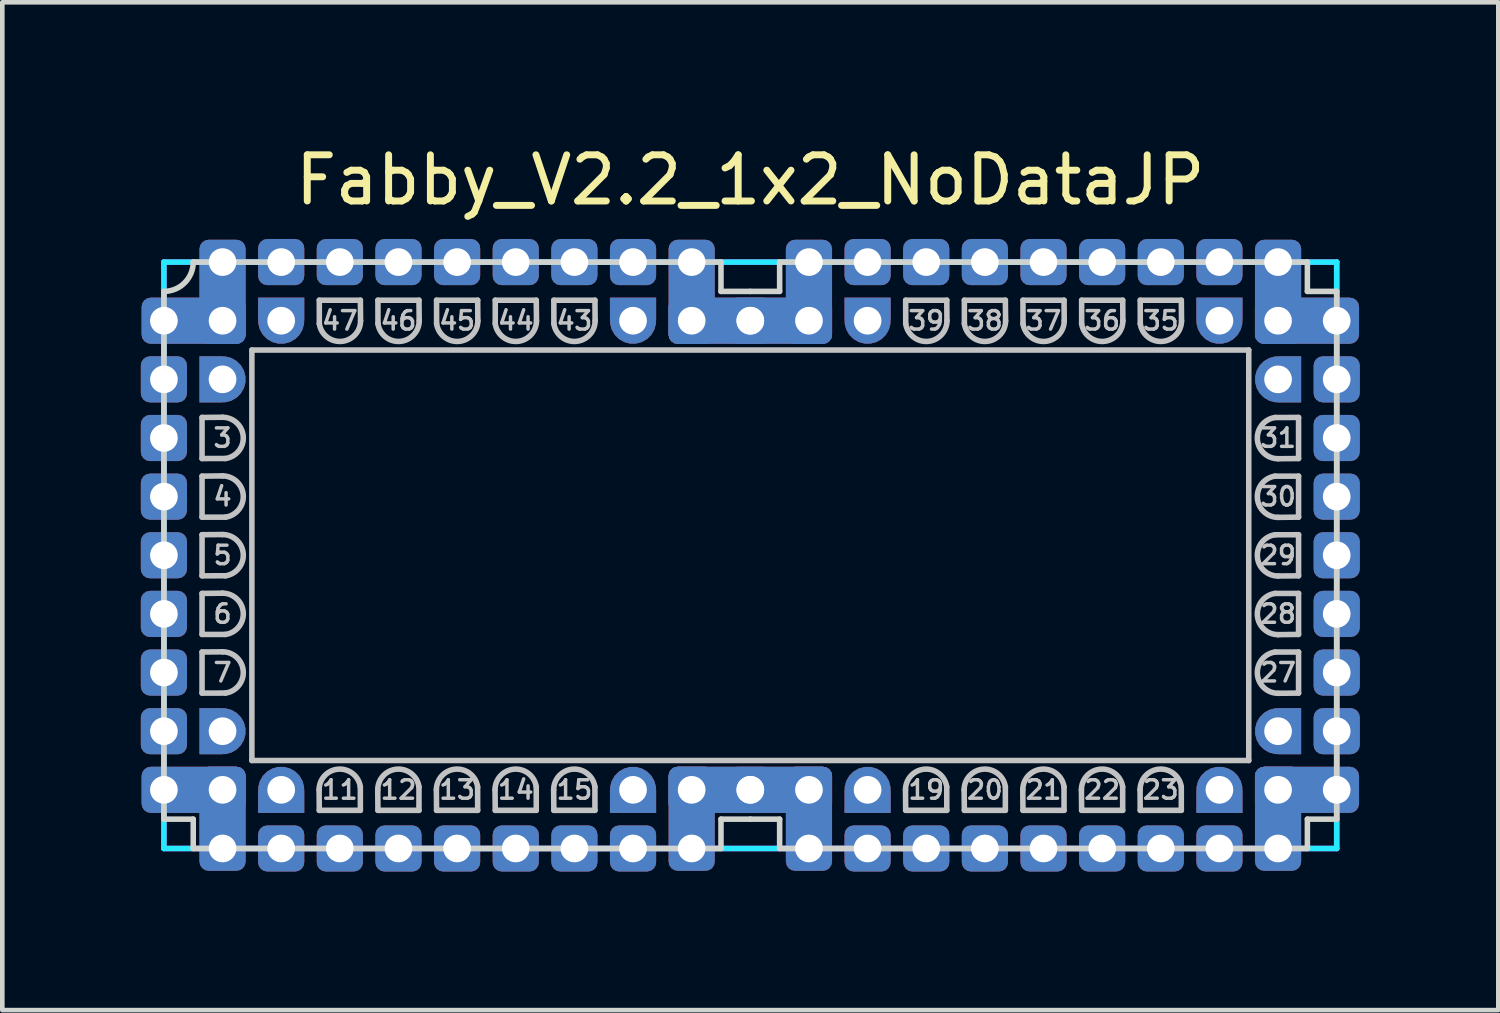
<source format=kicad_pcb>
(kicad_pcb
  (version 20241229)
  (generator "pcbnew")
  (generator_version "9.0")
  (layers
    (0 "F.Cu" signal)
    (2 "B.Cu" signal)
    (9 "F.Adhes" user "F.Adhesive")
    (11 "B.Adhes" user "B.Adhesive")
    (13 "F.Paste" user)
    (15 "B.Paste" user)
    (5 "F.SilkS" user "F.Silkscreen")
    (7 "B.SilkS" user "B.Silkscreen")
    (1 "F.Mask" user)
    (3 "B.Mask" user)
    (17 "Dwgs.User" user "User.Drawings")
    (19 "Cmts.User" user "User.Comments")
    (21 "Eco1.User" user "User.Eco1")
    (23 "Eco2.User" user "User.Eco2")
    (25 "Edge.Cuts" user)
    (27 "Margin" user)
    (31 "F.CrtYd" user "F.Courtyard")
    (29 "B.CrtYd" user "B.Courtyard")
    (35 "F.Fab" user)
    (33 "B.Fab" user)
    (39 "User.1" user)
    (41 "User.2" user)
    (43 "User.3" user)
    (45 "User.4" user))
  (footprint "Fabby_V2.2_1x2_NoDataJP"
    (layer "F.Cu")
    (at 13.2 8.976)
    (property "Reference" "Fabby_V2.2_1x2_NoDataJP" (at 0 -8.128 0) (layer "F.SilkS") (effects (font (size 1 1) (thickness 0.15))))
    (attr through_hole)
    (fp_line (start -11.874 -2.985) (end -11.874 -2.095) (stroke (width 0.12) (type solid)) (layer "Dwgs.User"))
    (fp_line (start -11.874 -2.095) (end -11.367 -2.096) (stroke (width 0.12) (type solid)) (layer "Dwgs.User"))
    (fp_line (start -11.874 -1.714) (end -11.874 -0.826) (stroke (width 0.12) (type solid)) (layer "Dwgs.User"))
    (fp_line (start -11.874 -0.826) (end -11.367 -0.826) (stroke (width 0.12) (type solid)) (layer "Dwgs.User"))
    (fp_line (start -11.874 -0.445) (end -11.874 0.445) (stroke (width 0.12) (type solid)) (layer "Dwgs.User"))
    (fp_line (start -11.874 0.445) (end -11.367 0.444) (stroke (width 0.12) (type solid)) (layer "Dwgs.User"))
    (fp_line (start -11.874 0.826) (end -11.874 1.714) (stroke (width 0.12) (type solid)) (layer "Dwgs.User"))
    (fp_line (start -11.874 1.714) (end -11.367 1.714) (stroke (width 0.12) (type solid)) (layer "Dwgs.User"))
    (fp_line (start -11.874 2.095) (end -11.874 2.985) (stroke (width 0.12) (type solid)) (layer "Dwgs.User"))
    (fp_line (start -11.874 2.985) (end -11.367 2.984) (stroke (width 0.12) (type solid)) (layer "Dwgs.User"))
    (fp_line (start -11.43 -2.989) (end -11.874 -2.985) (stroke (width 0.12) (type solid)) (layer "Dwgs.User"))
    (fp_line (start -11.43 -1.719) (end -11.874 -1.714) (stroke (width 0.12) (type solid)) (layer "Dwgs.User"))
    (fp_line (start -11.43 -0.449) (end -11.874 -0.445) (stroke (width 0.12) (type solid)) (layer "Dwgs.User"))
    (fp_line (start -11.43 0.821) (end -11.874 0.826) (stroke (width 0.12) (type solid)) (layer "Dwgs.User"))
    (fp_line (start -11.43 2.091) (end -11.874 2.095) (stroke (width 0.12) (type solid)) (layer "Dwgs.User"))
    (fp_line (start -10.795 -4.445) (end 10.795 -4.445) (stroke (width 0.12) (type solid)) (layer "Dwgs.User"))
    (fp_line (start -10.795 4.445) (end -10.795 -4.445) (stroke (width 0.12) (type solid)) (layer "Dwgs.User"))
    (fp_line (start -9.339 5.08) (end -9.335 5.524) (stroke (width 0.12) (type solid)) (layer "Dwgs.User"))
    (fp_line (start -9.335 -5.524) (end -9.334 -5.017) (stroke (width 0.12) (type solid)) (layer "Dwgs.User"))
    (fp_line (start -9.335 5.524) (end -8.445 5.524) (stroke (width 0.12) (type solid)) (layer "Dwgs.User"))
    (fp_line (start -8.445 -5.524) (end -9.335 -5.524) (stroke (width 0.12) (type solid)) (layer "Dwgs.User"))
    (fp_line (start -8.445 5.524) (end -8.446 5.017) (stroke (width 0.12) (type solid)) (layer "Dwgs.User"))
    (fp_line (start -8.441 -5.08) (end -8.445 -5.524) (stroke (width 0.12) (type solid)) (layer "Dwgs.User"))
    (fp_line (start -8.069 5.08) (end -8.065 5.524) (stroke (width 0.12) (type solid)) (layer "Dwgs.User"))
    (fp_line (start -8.065 -5.524) (end -8.064 -5.017) (stroke (width 0.12) (type solid)) (layer "Dwgs.User"))
    (fp_line (start -8.065 5.524) (end -7.176 5.524) (stroke (width 0.12) (type solid)) (layer "Dwgs.User"))
    (fp_line (start -7.176 -5.524) (end -8.065 -5.524) (stroke (width 0.12) (type solid)) (layer "Dwgs.User"))
    (fp_line (start -7.176 5.524) (end -7.176 5.017) (stroke (width 0.12) (type solid)) (layer "Dwgs.User"))
    (fp_line (start -7.171 -5.08) (end -7.176 -5.524) (stroke (width 0.12) (type solid)) (layer "Dwgs.User"))
    (fp_line (start -6.799 5.08) (end -6.795 5.524) (stroke (width 0.12) (type solid)) (layer "Dwgs.User"))
    (fp_line (start -6.795 -5.524) (end -6.794 -5.017) (stroke (width 0.12) (type solid)) (layer "Dwgs.User"))
    (fp_line (start -6.795 5.524) (end -5.905 5.524) (stroke (width 0.12) (type solid)) (layer "Dwgs.User"))
    (fp_line (start -5.905 -5.524) (end -6.795 -5.524) (stroke (width 0.12) (type solid)) (layer "Dwgs.User"))
    (fp_line (start -5.905 5.524) (end -5.906 5.017) (stroke (width 0.12) (type solid)) (layer "Dwgs.User"))
    (fp_line (start -5.901 -5.08) (end -5.905 -5.524) (stroke (width 0.12) (type solid)) (layer "Dwgs.User"))
    (fp_line (start -5.529 5.08) (end -5.524 5.524) (stroke (width 0.12) (type solid)) (layer "Dwgs.User"))
    (fp_line (start -5.524 -5.524) (end -5.524 -5.017) (stroke (width 0.12) (type solid)) (layer "Dwgs.User"))
    (fp_line (start -5.524 5.524) (end -4.636 5.524) (stroke (width 0.12) (type solid)) (layer "Dwgs.User"))
    (fp_line (start -4.636 -5.524) (end -5.524 -5.524) (stroke (width 0.12) (type solid)) (layer "Dwgs.User"))
    (fp_line (start -4.636 5.524) (end -4.636 5.017) (stroke (width 0.12) (type solid)) (layer "Dwgs.User"))
    (fp_line (start -4.631 -5.08) (end -4.636 -5.524) (stroke (width 0.12) (type solid)) (layer "Dwgs.User"))
    (fp_line (start -4.259 5.08) (end -4.255 5.524) (stroke (width 0.12) (type solid)) (layer "Dwgs.User"))
    (fp_line (start -4.255 -5.524) (end -4.254 -5.017) (stroke (width 0.12) (type solid)) (layer "Dwgs.User"))
    (fp_line (start -4.255 5.524) (end -3.365 5.524) (stroke (width 0.12) (type solid)) (layer "Dwgs.User"))
    (fp_line (start -3.365 -5.524) (end -4.255 -5.524) (stroke (width 0.12) (type solid)) (layer "Dwgs.User"))
    (fp_line (start -3.365 5.524) (end -3.366 5.017) (stroke (width 0.12) (type solid)) (layer "Dwgs.User"))
    (fp_line (start -3.361 -5.08) (end -3.365 -5.524) (stroke (width 0.12) (type solid)) (layer "Dwgs.User"))
    (fp_line (start 3.361 5.08) (end 3.365 5.524) (stroke (width 0.12) (type solid)) (layer "Dwgs.User"))
    (fp_line (start 3.365 -5.524) (end 3.366 -5.017) (stroke (width 0.12) (type solid)) (layer "Dwgs.User"))
    (fp_line (start 3.365 5.524) (end 4.255 5.524) (stroke (width 0.12) (type solid)) (layer "Dwgs.User"))
    (fp_line (start 4.255 -5.524) (end 3.365 -5.524) (stroke (width 0.12) (type solid)) (layer "Dwgs.User"))
    (fp_line (start 4.255 5.524) (end 4.254 5.017) (stroke (width 0.12) (type solid)) (layer "Dwgs.User"))
    (fp_line (start 4.259 -5.08) (end 4.255 -5.524) (stroke (width 0.12) (type solid)) (layer "Dwgs.User"))
    (fp_line (start 4.631 5.08) (end 4.636 5.524) (stroke (width 0.12) (type solid)) (layer "Dwgs.User"))
    (fp_line (start 4.636 -5.524) (end 4.636 -5.017) (stroke (width 0.12) (type solid)) (layer "Dwgs.User"))
    (fp_line (start 4.636 5.524) (end 5.524 5.524) (stroke (width 0.12) (type solid)) (layer "Dwgs.User"))
    (fp_line (start 5.524 -5.524) (end 4.636 -5.524) (stroke (width 0.12) (type solid)) (layer "Dwgs.User"))
    (fp_line (start 5.524 5.524) (end 5.524 5.017) (stroke (width 0.12) (type solid)) (layer "Dwgs.User"))
    (fp_line (start 5.529 -5.08) (end 5.524 -5.524) (stroke (width 0.12) (type solid)) (layer "Dwgs.User"))
    (fp_line (start 5.901 5.08) (end 5.905 5.524) (stroke (width 0.12) (type solid)) (layer "Dwgs.User"))
    (fp_line (start 5.905 -5.524) (end 5.906 -5.017) (stroke (width 0.12) (type solid)) (layer "Dwgs.User"))
    (fp_line (start 5.905 5.524) (end 6.795 5.524) (stroke (width 0.12) (type solid)) (layer "Dwgs.User"))
    (fp_line (start 6.795 -5.524) (end 5.905 -5.524) (stroke (width 0.12) (type solid)) (layer "Dwgs.User"))
    (fp_line (start 6.795 5.524) (end 6.794 5.017) (stroke (width 0.12) (type solid)) (layer "Dwgs.User"))
    (fp_line (start 6.799 -5.08) (end 6.795 -5.524) (stroke (width 0.12) (type solid)) (layer "Dwgs.User"))
    (fp_line (start 7.171 5.08) (end 7.176 5.524) (stroke (width 0.12) (type solid)) (layer "Dwgs.User"))
    (fp_line (start 7.176 -5.524) (end 7.176 -5.017) (stroke (width 0.12) (type solid)) (layer "Dwgs.User"))
    (fp_line (start 7.176 5.524) (end 8.065 5.524) (stroke (width 0.12) (type solid)) (layer "Dwgs.User"))
    (fp_line (start 8.065 -5.524) (end 7.176 -5.524) (stroke (width 0.12) (type solid)) (layer "Dwgs.User"))
    (fp_line (start 8.065 5.524) (end 8.064 5.017) (stroke (width 0.12) (type solid)) (layer "Dwgs.User"))
    (fp_line (start 8.069 -5.08) (end 8.065 -5.524) (stroke (width 0.12) (type solid)) (layer "Dwgs.User"))
    (fp_line (start 8.441 5.08) (end 8.445 5.524) (stroke (width 0.12) (type solid)) (layer "Dwgs.User"))
    (fp_line (start 8.445 -5.524) (end 8.446 -5.017) (stroke (width 0.12) (type solid)) (layer "Dwgs.User"))
    (fp_line (start 8.445 5.524) (end 9.335 5.524) (stroke (width 0.12) (type solid)) (layer "Dwgs.User"))
    (fp_line (start 9.335 -5.524) (end 8.445 -5.524) (stroke (width 0.12) (type solid)) (layer "Dwgs.User"))
    (fp_line (start 9.335 5.524) (end 9.334 5.017) (stroke (width 0.12) (type solid)) (layer "Dwgs.User"))
    (fp_line (start 9.339 -5.08) (end 9.335 -5.524) (stroke (width 0.12) (type solid)) (layer "Dwgs.User"))
    (fp_line (start 10.795 -4.445) (end 10.795 4.445) (stroke (width 0.12) (type solid)) (layer "Dwgs.User"))
    (fp_line (start 10.795 4.445) (end -10.795 4.445) (stroke (width 0.12) (type solid)) (layer "Dwgs.User"))
    (fp_line (start 11.43 -2.091) (end 11.874 -2.095) (stroke (width 0.12) (type solid)) (layer "Dwgs.User"))
    (fp_line (start 11.43 -0.821) (end 11.874 -0.826) (stroke (width 0.12) (type solid)) (layer "Dwgs.User"))
    (fp_line (start 11.43 0.449) (end 11.874 0.445) (stroke (width 0.12) (type solid)) (layer "Dwgs.User"))
    (fp_line (start 11.43 1.719) (end 11.874 1.714) (stroke (width 0.12) (type solid)) (layer "Dwgs.User"))
    (fp_line (start 11.43 2.989) (end 11.874 2.985) (stroke (width 0.12) (type solid)) (layer "Dwgs.User"))
    (fp_line (start 11.874 -2.985) (end 11.367 -2.984) (stroke (width 0.12) (type solid)) (layer "Dwgs.User"))
    (fp_line (start 11.874 -2.095) (end 11.874 -2.985) (stroke (width 0.12) (type solid)) (layer "Dwgs.User"))
    (fp_line (start 11.874 -1.714) (end 11.367 -1.714) (stroke (width 0.12) (type solid)) (layer "Dwgs.User"))
    (fp_line (start 11.874 -0.826) (end 11.874 -1.714) (stroke (width 0.12) (type solid)) (layer "Dwgs.User"))
    (fp_line (start 11.874 -0.445) (end 11.367 -0.444) (stroke (width 0.12) (type solid)) (layer "Dwgs.User"))
    (fp_line (start 11.874 0.445) (end 11.874 -0.445) (stroke (width 0.12) (type solid)) (layer "Dwgs.User"))
    (fp_line (start 11.874 0.826) (end 11.367 0.826) (stroke (width 0.12) (type solid)) (layer "Dwgs.User"))
    (fp_line (start 11.874 1.714) (end 11.874 0.826) (stroke (width 0.12) (type solid)) (layer "Dwgs.User"))
    (fp_line (start 11.874 2.095) (end 11.367 2.096) (stroke (width 0.12) (type solid)) (layer "Dwgs.User"))
    (fp_line (start 11.874 2.985) (end 11.874 2.095) (stroke (width 0.12) (type solid)) (layer "Dwgs.User"))
    (fp_arc (start -11.429999 -2.989012) (mid -10.982118 -2.571829) (end -11.366501 -2.095501) (stroke (width 0.12) (type solid)) (layer "Dwgs.User"))
    (fp_arc (start -11.429999 -1.719012) (mid -10.982118 -1.301829) (end -11.366501 -0.825501) (stroke (width 0.12) (type solid)) (layer "Dwgs.User"))
    (fp_arc (start -11.429999 -0.449012) (mid -10.982118 -0.031829) (end -11.366501 0.444499) (stroke (width 0.12) (type solid)) (layer "Dwgs.User"))
    (fp_arc (start -11.429999 0.820988) (mid -10.982118 1.238171) (end -11.366501 1.714499) (stroke (width 0.12) (type solid)) (layer "Dwgs.User"))
    (fp_arc (start -11.429999 2.090988) (mid -10.982118 2.508171) (end -11.366501 2.984499) (stroke (width 0.12) (type solid)) (layer "Dwgs.User"))
    (fp_arc (start -9.339012 5.079999) (mid -8.921829 4.632118) (end -8.445501 5.016501) (stroke (width 0.12) (type solid)) (layer "Dwgs.User"))
    (fp_arc (start -8.440988 -5.079999) (mid -8.858171 -4.632118) (end -9.334499 -5.016501) (stroke (width 0.12) (type solid)) (layer "Dwgs.User"))
    (fp_arc (start -8.069012 5.079999) (mid -7.651829 4.632118) (end -7.175501 5.016501) (stroke (width 0.12) (type solid)) (layer "Dwgs.User"))
    (fp_arc (start -7.170988 -5.079999) (mid -7.588171 -4.632118) (end -8.064499 -5.016501) (stroke (width 0.12) (type solid)) (layer "Dwgs.User"))
    (fp_arc (start -6.799012 5.079999) (mid -6.381829 4.632118) (end -5.905501 5.016501) (stroke (width 0.12) (type solid)) (layer "Dwgs.User"))
    (fp_arc (start -5.900988 -5.079999) (mid -6.318171 -4.632118) (end -6.794499 -5.016501) (stroke (width 0.12) (type solid)) (layer "Dwgs.User"))
    (fp_arc (start -5.529012 5.079999) (mid -5.111829 4.632118) (end -4.635501 5.016501) (stroke (width 0.12) (type solid)) (layer "Dwgs.User"))
    (fp_arc (start -4.630988 -5.079999) (mid -5.048171 -4.632118) (end -5.524499 -5.016501) (stroke (width 0.12) (type solid)) (layer "Dwgs.User"))
    (fp_arc (start -4.259012 5.079999) (mid -3.841829 4.632118) (end -3.365501 5.016501) (stroke (width 0.12) (type solid)) (layer "Dwgs.User"))
    (fp_arc (start -3.360988 -5.079999) (mid -3.778171 -4.632118) (end -4.254499 -5.016501) (stroke (width 0.12) (type solid)) (layer "Dwgs.User"))
    (fp_arc (start 3.360988 5.079999) (mid 3.778171 4.632118) (end 4.254499 5.016501) (stroke (width 0.12) (type solid)) (layer "Dwgs.User"))
    (fp_arc (start 4.259012 -5.079999) (mid 3.841829 -4.632118) (end 3.365501 -5.016501) (stroke (width 0.12) (type solid)) (layer "Dwgs.User"))
    (fp_arc (start 4.630988 5.079999) (mid 5.048171 4.632118) (end 5.524499 5.016501) (stroke (width 0.12) (type solid)) (layer "Dwgs.User"))
    (fp_arc (start 5.529012 -5.079999) (mid 5.111829 -4.632118) (end 4.635501 -5.016501) (stroke (width 0.12) (type solid)) (layer "Dwgs.User"))
    (fp_arc (start 5.900988 5.079999) (mid 6.318171 4.632118) (end 6.794499 5.016501) (stroke (width 0.12) (type solid)) (layer "Dwgs.User"))
    (fp_arc (start 6.799012 -5.079999) (mid 6.381829 -4.632118) (end 5.905501 -5.016501) (stroke (width 0.12) (type solid)) (layer "Dwgs.User"))
    (fp_arc (start 7.170988 5.079999) (mid 7.588171 4.632118) (end 8.064499 5.016501) (stroke (width 0.12) (type solid)) (layer "Dwgs.User"))
    (fp_arc (start 8.069012 -5.079999) (mid 7.651829 -4.632118) (end 7.175501 -5.016501) (stroke (width 0.12) (type solid)) (layer "Dwgs.User"))
    (fp_arc (start 8.440988 5.079999) (mid 8.858171 4.632118) (end 9.334499 5.016501) (stroke (width 0.12) (type solid)) (layer "Dwgs.User"))
    (fp_arc (start 9.339012 -5.079999) (mid 8.921829 -4.632118) (end 8.445501 -5.016501) (stroke (width 0.12) (type solid)) (layer "Dwgs.User"))
    (fp_arc (start 11.429999 -2.090988) (mid 10.982118 -2.508171) (end 11.366501 -2.984499) (stroke (width 0.12) (type solid)) (layer "Dwgs.User"))
    (fp_arc (start 11.429999 -0.820988) (mid 10.982118 -1.238171) (end 11.366501 -1.714499) (stroke (width 0.12) (type solid)) (layer "Dwgs.User"))
    (fp_arc (start 11.429999 0.449012) (mid 10.982118 0.031829) (end 11.366501 -0.444499) (stroke (width 0.12) (type solid)) (layer "Dwgs.User"))
    (fp_arc (start 11.429999 1.719012) (mid 10.982118 1.301829) (end 11.366501 0.825501) (stroke (width 0.12) (type solid)) (layer "Dwgs.User"))
    (fp_arc (start 11.429999 2.989012) (mid 10.982118 2.571829) (end 11.366501 2.095501) (stroke (width 0.12) (type solid)) (layer "Dwgs.User"))
    (fp_line (start -12.7 -5.715) (end -12.7 5.715) (stroke (width 0.12) (type solid)) (layer "Edge.Cuts"))
    (fp_line (start -12.7 5.715) (end -12.065 5.715) (stroke (width 0.12) (type solid)) (layer "Edge.Cuts"))
    (fp_line (start -12.065 -6.35) (end -0.635 -6.35) (stroke (width 0.12) (type solid)) (layer "Edge.Cuts"))
    (fp_line (start -12.065 5.715) (end -12.065 6.35) (stroke (width 0.12) (type solid)) (layer "Edge.Cuts"))
    (fp_line (start -0.635 -6.35) (end -0.635 -5.715) (stroke (width 0.12) (type solid)) (layer "Edge.Cuts"))
    (fp_line (start -0.635 -5.715) (end 0 -5.715) (stroke (width 0.12) (type solid)) (layer "Edge.Cuts"))
    (fp_line (start -0.635 5.715) (end 0 5.715) (stroke (width 0.12) (type solid)) (layer "Edge.Cuts"))
    (fp_line (start -0.635 6.35) (end -12.065 6.35) (stroke (width 0.12) (type solid)) (layer "Edge.Cuts"))
    (fp_line (start -0.635 6.35) (end -0.635 5.715) (stroke (width 0.12) (type solid)) (layer "Edge.Cuts"))
    (fp_line (start 0 -5.715) (end 0.635 -5.715) (stroke (width 0.12) (type solid)) (layer "Edge.Cuts"))
    (fp_line (start 0 5.715) (end 0.635 5.715) (stroke (width 0.12) (type solid)) (layer "Edge.Cuts"))
    (fp_line (start 0.635 -6.35) (end 12.065 -6.35) (stroke (width 0.12) (type solid)) (layer "Edge.Cuts"))
    (fp_line (start 0.635 -5.715) (end 0.635 -6.35) (stroke (width 0.12) (type solid)) (layer "Edge.Cuts"))
    (fp_line (start 0.635 6.35) (end 0.635 5.715) (stroke (width 0.12) (type solid)) (layer "Edge.Cuts"))
    (fp_line (start 0.635 6.35) (end 12.065 6.35) (stroke (width 0.12) (type solid)) (layer "Edge.Cuts"))
    (fp_line (start 12.065 -6.35) (end 12.065 -5.715) (stroke (width 0.12) (type solid)) (layer "Edge.Cuts"))
    (fp_line (start 12.065 -5.715) (end 12.7 -5.715) (stroke (width 0.12) (type solid)) (layer "Edge.Cuts"))
    (fp_line (start 12.065 6.35) (end 12.065 5.715) (stroke (width 0.12) (type solid)) (layer "Edge.Cuts"))
    (fp_line (start 12.7 -5.715) (end 12.7 5.715) (stroke (width 0.12) (type solid)) (layer "Edge.Cuts"))
    (fp_line (start 12.7 5.715) (end 12.065 5.715) (stroke (width 0.12) (type solid)) (layer "Edge.Cuts"))
    (fp_arc (start -12.065 -6.35) (mid -12.250987 -5.900987) (end -12.7 -5.715) (stroke (width 0.12) (type solid)) (layer "Edge.Cuts"))
    (fp_line (start -12.7 -6.35) (end 12.7 -6.35) (stroke (width 0.12) (type solid)) (layer "B.CrtYd"))
    (fp_line (start -12.7 6.35) (end -12.7 -6.35) (stroke (width 0.12) (type solid)) (layer "B.CrtYd"))
    (fp_line (start 12.7 -6.35) (end 12.7 6.35) (stroke (width 0.12) (type solid)) (layer "B.CrtYd"))
    (fp_line (start 12.7 6.35) (end -12.7 6.35) (stroke (width 0.12) (type solid)) (layer "B.CrtYd"))
    (fp_line (start -12.7 -6.35) (end 12.7 -6.35) (stroke (width 0.12) (type solid)) (layer "F.CrtYd"))
    (fp_line (start -12.7 6.35) (end -12.7 -6.35) (stroke (width 0.12) (type solid)) (layer "F.CrtYd"))
    (fp_line (start 12.7 -6.35) (end 12.7 6.35) (stroke (width 0.12) (type solid)) (layer "F.CrtYd"))
    (fp_line (start 12.7 6.35) (end -12.7 6.35) (stroke (width 0.12) (type solid)) (layer "F.CrtYd"))
    (fp_text user "28" (at 11.43 1.27 0) (layer "Dwgs.User") (effects (font (size 0.4 0.4) (thickness 0.075))))
    (fp_text user "35" (at 8.89 -5.08 0) (layer "Dwgs.User") (effects (font (size 0.4 0.4) (thickness 0.075))))
    (fp_text user "21" (at 6.35 5.08 0) (layer "Dwgs.User") (effects (font (size 0.4 0.4) (thickness 0.075))))
    (fp_text user "13" (at -6.35 5.08 0) (layer "Dwgs.User") (effects (font (size 0.4 0.4) (thickness 0.075))))
    (fp_text user "36" (at 7.62 -5.08 0) (layer "Dwgs.User") (effects (font (size 0.4 0.4) (thickness 0.075))))
    (fp_text user "39" (at 3.81 -5.08 0) (layer "Dwgs.User") (effects (font (size 0.4 0.4) (thickness 0.075))))
    (fp_text user "15" (at -3.81 5.08 0) (layer "Dwgs.User") (effects (font (size 0.4 0.4) (thickness 0.075))))
    (fp_text user "3" (at -11.43 -2.54 0) (layer "Dwgs.User") (effects (font (size 0.4 0.4) (thickness 0.075))))
    (fp_text user "4" (at -11.43 -1.27 0) (layer "Dwgs.User") (effects (font (size 0.4 0.4) (thickness 0.075))))
    (fp_text user "44" (at -5.08 -5.08 0) (layer "Dwgs.User") (effects (font (size 0.4 0.4) (thickness 0.075))))
    (fp_text user "20" (at 5.08 5.08 0) (layer "Dwgs.User") (effects (font (size 0.4 0.4) (thickness 0.075))))
    (fp_text user "27" (at 11.43 2.54 0) (layer "Dwgs.User") (effects (font (size 0.4 0.4) (thickness 0.075))))
    (fp_text user "5" (at -11.43 0 0) (layer "Dwgs.User") (effects (font (size 0.4 0.4) (thickness 0.075))))
    (fp_text user "30" (at 11.43 -1.27 0) (layer "Dwgs.User") (effects (font (size 0.4 0.4) (thickness 0.075))))
    (fp_text user "38" (at 5.08 -5.08 0) (layer "Dwgs.User") (effects (font (size 0.4 0.4) (thickness 0.075))))
    (fp_text user "37" (at 6.35 -5.08 0) (layer "Dwgs.User") (effects (font (size 0.4 0.4) (thickness 0.075))))
    (fp_text user "29" (at 11.43 0 0) (layer "Dwgs.User") (effects (font (size 0.4 0.4) (thickness 0.075))))
    (fp_text user "43" (at -3.81 -5.08 0) (layer "Dwgs.User") (effects (font (size 0.4 0.4) (thickness 0.075))))
    (fp_text user "12" (at -7.62 5.08 0) (layer "Dwgs.User") (effects (font (size 0.4 0.4) (thickness 0.075))))
    (fp_text user "22" (at 7.62 5.08 0) (layer "Dwgs.User") (effects (font (size 0.4 0.4) (thickness 0.075))))
    (fp_text user "19" (at 3.81 5.08 0) (layer "Dwgs.User") (effects (font (size 0.4 0.4) (thickness 0.075))))
    (fp_text user "6" (at -11.43 1.27 0) (layer "Dwgs.User") (effects (font (size 0.4 0.4) (thickness 0.075))))
    (fp_text user "45" (at -6.35 -5.08 0) (layer "Dwgs.User") (effects (font (size 0.4 0.4) (thickness 0.075))))
    (fp_text user "47" (at -8.89 -5.08 0) (layer "Dwgs.User") (effects (font (size 0.4 0.4) (thickness 0.075))))
    (fp_text user "11" (at -8.89 5.08 0) (layer "Dwgs.User") (effects (font (size 0.4 0.4) (thickness 0.075))))
    (fp_text user "46" (at -7.62 -5.08 0) (layer "Dwgs.User") (effects (font (size 0.4 0.4) (thickness 0.075))))
    (fp_text user "7" (at -11.43 2.54 0) (layer "Dwgs.User") (effects (font (size 0.4 0.4) (thickness 0.075))))
    (fp_text user "23" (at 8.89 5.08 0) (layer "Dwgs.User") (effects (font (size 0.4 0.4) (thickness 0.075))))
    (fp_text user "14" (at -5.08 5.08 0) (layer "Dwgs.User") (effects (font (size 0.4 0.4) (thickness 0.075))))
    (fp_text user "31" (at 11.43 -2.54 0) (layer "Dwgs.User") (effects (font (size 0.4 0.4) (thickness 0.075))))
    (pad "" thru_hole roundrect (at -12.7 -3.81 270) (size 1 1) (drill 0.6) (layers "*.Cu" "*.Mask") (roundrect_rratio 0.2))
    (pad "" thru_hole roundrect (at -12.7 3.81 270) (size 1 1) (drill 0.6) (layers "*.Cu" "*.Mask") (roundrect_rratio 0.2))
    (pad "" thru_hole roundrect (at -10.16 -6.35 270) (size 1 1) (drill 0.6) (layers "*.Cu" "*.Mask") (roundrect_rratio 0.2))
    (pad "" thru_hole roundrect (at -10.16 6.35 270) (size 1 1) (drill 0.6) (layers "*.Cu" "*.Mask") (roundrect_rratio 0.2))
    (pad "" thru_hole roundrect (at -2.54 -6.35 270) (size 1 1) (drill 0.6) (layers "*.Cu" "*.Mask") (roundrect_rratio 0.2))
    (pad "" thru_hole roundrect (at -2.54 6.35 270) (size 1 1) (drill 0.6) (layers "*.Cu" "*.Mask") (roundrect_rratio 0.2))
    (pad "" thru_hole roundrect (at 2.54 -6.35 270) (size 1 1) (drill 0.6) (layers "*.Cu" "*.Mask") (roundrect_rratio 0.2))
    (pad "" thru_hole roundrect (at 2.54 6.35 270) (size 1 1) (drill 0.6) (layers "*.Cu" "*.Mask") (roundrect_rratio 0.2))
    (pad "" thru_hole roundrect (at 10.16 -6.35 270) (size 1 1) (drill 0.6) (layers "*.Cu" "*.Mask") (roundrect_rratio 0.2))
    (pad "" thru_hole roundrect (at 10.16 6.35 270) (size 1 1) (drill 0.6) (layers "*.Cu" "*.Mask") (roundrect_rratio 0.2))
    (pad "" thru_hole roundrect (at 12.7 -3.81 270) (size 1 1) (drill 0.6) (layers "*.Cu" "*.Mask") (roundrect_rratio 0.2))
    (pad "" thru_hole roundrect (at 12.7 3.81 270) (size 1 1) (drill 0.6) (layers "*.Cu" "*.Mask") (roundrect_rratio 0.2))
    (pad "1" thru_hole roundrect (at -12.7 -5.08 270) (size 1 2.254) (drill 0.6 (offset 0 -0.643)) (layers "*.Cu" "*.Mask") (roundrect_rratio 0.2))
    (pad "1" thru_hole roundrect (at -11.43 -6.35 180) (size 1 2.254) (drill 0.6 (offset 0 -0.643)) (layers "*.Cu" "*.Mask") (roundrect_rratio 0.2))
    (pad "1" thru_hole roundrect (at -11.43 -5.08 270) (size 1 1) (drill 0.6) (layers "*.Cu" "*.Mask") (roundrect_rratio 0.2))
    (pad "2" thru_hole custom (at -11.43 -3.81) (size 1 1) (drill 0.6) (layers "*.Cu" "*.Mask") (options (anchor circle)) (primitives (gr_poly (pts (xy -0.5 -0.5) (xy 0 -0.5) (xy 0 0.5) (xy -0.5 0.5)) (width 0) (fill yes))))
    (pad "3" thru_hole roundrect (at -12.7 -2.54 270) (size 1 1) (drill 0.6) (layers "*.Cu" "*.Mask") (roundrect_rratio 0.2))
    (pad "4" thru_hole roundrect (at -12.7 -1.27 270) (size 1 1) (drill 0.6) (layers "*.Cu" "*.Mask") (roundrect_rratio 0.2))
    (pad "5" thru_hole roundrect (at -12.7 0 270) (size 1 1) (drill 0.6) (layers "*.Cu" "*.Mask") (roundrect_rratio 0.2))
    (pad "6" thru_hole roundrect (at -12.7 1.27 270) (size 1 1) (drill 0.6) (layers "*.Cu" "*.Mask") (roundrect_rratio 0.2))
    (pad "7" thru_hole roundrect (at -12.7 2.54 270) (size 1 1) (drill 0.6) (layers "*.Cu" "*.Mask") (roundrect_rratio 0.2))
    (pad "8" thru_hole custom (at -11.43 3.81) (size 1 1) (drill 0.6) (layers "*.Cu" "*.Mask") (options (anchor circle)) (primitives (gr_poly (pts (xy -0.5 -0.5) (xy 0 -0.5) (xy 0 0.5) (xy -0.5 0.5)) (width 0) (fill yes))))
    (pad "9" thru_hole roundrect (at -12.7 5.08 270) (size 1 2.254) (drill 0.6 (offset 0 -0.643)) (layers "*.Cu" "*.Mask") (roundrect_rratio 0.2))
    (pad "9" thru_hole roundrect (at -11.43 5.08 270) (size 1 1) (drill 0.6) (layers "*.Cu" "*.Mask") (roundrect_rratio 0.2))
    (pad "9" thru_hole roundrect (at -11.43 6.35) (size 1 2.254) (drill 0.6 (offset 0 -0.643)) (layers "*.Cu" "*.Mask") (roundrect_rratio 0.2))
    (pad "10" thru_hole custom (at -10.16 5.08 90) (size 1 1) (drill 0.6) (layers "*.Cu" "*.Mask") (options (anchor circle)) (primitives (gr_poly (pts (xy -0.5 -0.5) (xy 0 -0.5) (xy 0 0.5) (xy -0.5 0.5)) (width 0) (fill yes))))
    (pad "11" thru_hole roundrect (at -8.89 6.35 270) (size 1 1) (drill 0.6) (layers "*.Cu" "*.Mask") (roundrect_rratio 0.2))
    (pad "12" thru_hole roundrect (at -7.62 6.35 270) (size 1 1) (drill 0.6) (layers "*.Cu" "*.Mask") (roundrect_rratio 0.2))
    (pad "13" thru_hole roundrect (at -6.35 6.35 270) (size 1 1) (drill 0.6) (layers "*.Cu" "*.Mask") (roundrect_rratio 0.2))
    (pad "14" thru_hole roundrect (at -5.08 6.35 270) (size 1 1) (drill 0.6) (layers "*.Cu" "*.Mask") (roundrect_rratio 0.2))
    (pad "15" thru_hole roundrect (at -3.81 6.35 270) (size 1 1) (drill 0.6) (layers "*.Cu" "*.Mask") (roundrect_rratio 0.2))
    (pad "16" thru_hole custom (at -2.54 5.08 90) (size 1 1) (drill 0.6) (layers "*.Cu" "*.Mask") (options (anchor circle)) (primitives (gr_poly (pts (xy -0.5 -0.5) (xy 0 -0.5) (xy 0 0.5) (xy -0.5 0.5)) (width 0) (fill yes))))
    (pad "17" thru_hole roundrect (at -1.27 5.08 270) (size 1 1) (drill 0.6) (layers "*.Cu" "*.Mask") (roundrect_rratio 0.2))
    (pad "17" thru_hole roundrect (at -1.27 6.35) (size 1 2.254) (drill 0.6 (offset 0 -0.643)) (layers "*.Cu" "*.Mask") (roundrect_rratio 0.2))
    (pad "17" thru_hole roundrect (at 0 5.08 270) (size 1 2.254) (drill 0.6 (offset 0 -0.643)) (layers "*.Cu" "*.Mask") (roundrect_rratio 0.2))
    (pad "17" thru_hole roundrect (at 0 5.08 90) (size 1 2.254) (drill 0.6 (offset 0 -0.643)) (layers "*.Cu" "*.Mask") (roundrect_rratio 0.2))
    (pad "17" thru_hole roundrect (at 1.27 5.08 270) (size 1 1) (drill 0.6) (layers "*.Cu" "*.Mask") (roundrect_rratio 0.2))
    (pad "17" thru_hole roundrect (at 1.27 6.35) (size 1 2.254) (drill 0.6 (offset 0 -0.643)) (layers "*.Cu" "*.Mask") (roundrect_rratio 0.2))
    (pad "18" thru_hole custom (at 2.54 5.08 90) (size 1 1) (drill 0.6) (layers "*.Cu" "*.Mask") (options (anchor circle)) (primitives (gr_poly (pts (xy -0.5 -0.5) (xy 0 -0.5) (xy 0 0.5) (xy -0.5 0.5)) (width 0) (fill yes))))
    (pad "19" thru_hole roundrect (at 3.81 6.35 270) (size 1 1) (drill 0.6) (layers "*.Cu" "*.Mask") (roundrect_rratio 0.2))
    (pad "20" thru_hole roundrect (at 5.08 6.35 270) (size 1 1) (drill 0.6) (layers "*.Cu" "*.Mask") (roundrect_rratio 0.2))
    (pad "21" thru_hole roundrect (at 6.35 6.35 270) (size 1 1) (drill 0.6) (layers "*.Cu" "*.Mask") (roundrect_rratio 0.2))
    (pad "22" thru_hole roundrect (at 7.62 6.35 270) (size 1 1) (drill 0.6) (layers "*.Cu" "*.Mask") (roundrect_rratio 0.2))
    (pad "23" thru_hole roundrect (at 8.89 6.35 270) (size 1 1) (drill 0.6) (layers "*.Cu" "*.Mask") (roundrect_rratio 0.2))
    (pad "24" thru_hole custom (at 10.16 5.08 90) (size 1 1) (drill 0.6) (layers "*.Cu" "*.Mask") (options (anchor circle)) (primitives (gr_poly (pts (xy -0.5 -0.5) (xy 0 -0.5) (xy 0 0.5) (xy -0.5 0.5)) (width 0) (fill yes))))
    (pad "25" thru_hole roundrect (at 11.43 5.08 270) (size 1 1) (drill 0.6) (layers "*.Cu" "*.Mask") (roundrect_rratio 0.2))
    (pad "25" thru_hole roundrect (at 11.43 6.35) (size 1 2.254) (drill 0.6 (offset 0 -0.643)) (layers "*.Cu" "*.Mask") (roundrect_rratio 0.2))
    (pad "25" thru_hole roundrect (at 12.7 5.08 90) (size 1 2.254) (drill 0.6 (offset 0 -0.643)) (layers "*.Cu" "*.Mask") (roundrect_rratio 0.2))
    (pad "26" thru_hole custom (at 11.43 3.81 180) (size 1 1) (drill 0.6) (layers "*.Cu" "*.Mask") (options (anchor circle)) (primitives (gr_poly (pts (xy -0.5 -0.5) (xy 0 -0.5) (xy 0 0.5) (xy -0.5 0.5)) (width 0) (fill yes))))
    (pad "27" thru_hole roundrect (at 12.7 2.54 270) (size 1 1) (drill 0.6) (layers "*.Cu" "*.Mask") (roundrect_rratio 0.2))
    (pad "28" thru_hole roundrect (at 12.7 1.27 270) (size 1 1) (drill 0.6) (layers "*.Cu" "*.Mask") (roundrect_rratio 0.2))
    (pad "29" thru_hole roundrect (at 12.7 0 270) (size 1 1) (drill 0.6) (layers "*.Cu" "*.Mask") (roundrect_rratio 0.2))
    (pad "30" thru_hole roundrect (at 12.7 -1.27 270) (size 1 1) (drill 0.6) (layers "*.Cu" "*.Mask") (roundrect_rratio 0.2))
    (pad "31" thru_hole roundrect (at 12.7 -2.54 270) (size 1 1) (drill 0.6) (layers "*.Cu" "*.Mask") (roundrect_rratio 0.2))
    (pad "32" thru_hole custom (at 11.43 -3.81 180) (size 1 1) (drill 0.6) (layers "*.Cu" "*.Mask") (options (anchor circle)) (primitives (gr_poly (pts (xy -0.5 -0.5) (xy 0 -0.5) (xy 0 0.5) (xy -0.5 0.5)) (width 0) (fill yes))))
    (pad "33" thru_hole roundrect (at 11.43 -6.35 180) (size 1 2.254) (drill 0.6 (offset 0 -0.643)) (layers "*.Cu" "*.Mask") (roundrect_rratio 0.2))
    (pad "33" thru_hole roundrect (at 11.43 -5.08 270) (size 1 1) (drill 0.6) (layers "*.Cu" "*.Mask") (roundrect_rratio 0.2))
    (pad "33" thru_hole roundrect (at 12.7 -5.08 90) (size 1 2.254) (drill 0.6 (offset 0 -0.643)) (layers "*.Cu" "*.Mask") (roundrect_rratio 0.2))
    (pad "34" thru_hole custom (at 10.16 -5.08 270) (size 1 1) (drill 0.6) (layers "*.Cu" "*.Mask") (options (anchor circle)) (primitives (gr_poly (pts (xy -0.5 -0.5) (xy 0 -0.5) (xy 0 0.5) (xy -0.5 0.5)) (width 0) (fill yes))))
    (pad "35" thru_hole roundrect (at 8.89 -6.35 270) (size 1 1) (drill 0.6) (layers "*.Cu" "*.Mask") (roundrect_rratio 0.2))
    (pad "36" thru_hole roundrect (at 7.62 -6.35 270) (size 1 1) (drill 0.6) (layers "*.Cu" "*.Mask") (roundrect_rratio 0.2))
    (pad "37" thru_hole roundrect (at 6.35 -6.35 270) (size 1 1) (drill 0.6) (layers "*.Cu" "*.Mask") (roundrect_rratio 0.2))
    (pad "38" thru_hole roundrect (at 5.08 -6.35 270) (size 1 1) (drill 0.6) (layers "*.Cu" "*.Mask") (roundrect_rratio 0.2))
    (pad "39" thru_hole roundrect (at 3.81 -6.35 270) (size 1 1) (drill 0.6) (layers "*.Cu" "*.Mask") (roundrect_rratio 0.2))
    (pad "40" thru_hole custom (at 2.54 -5.08 270) (size 1 1) (drill 0.6) (layers "*.Cu" "*.Mask") (options (anchor circle)) (primitives (gr_poly (pts (xy -0.5 -0.5) (xy 0 -0.5) (xy 0 0.5) (xy -0.5 0.5)) (width 0) (fill yes))))
    (pad "41" thru_hole roundrect (at -1.27 -6.35 180) (size 1 2.254) (drill 0.6 (offset 0 -0.643)) (layers "*.Cu" "*.Mask") (roundrect_rratio 0.2))
    (pad "41" thru_hole roundrect (at -1.27 -5.08 270) (size 1 1) (drill 0.6) (layers "*.Cu" "*.Mask") (roundrect_rratio 0.2))
    (pad "41" thru_hole roundrect (at 0 -5.08 270) (size 1 2.254) (drill 0.6 (offset 0 -0.643)) (layers "*.Cu" "*.Mask") (roundrect_rratio 0.2))
    (pad "41" thru_hole roundrect (at 0 -5.08 90) (size 1 2.254) (drill 0.6 (offset 0 -0.643)) (layers "*.Cu" "*.Mask") (roundrect_rratio 0.2))
    (pad "41" thru_hole roundrect (at 1.27 -6.35 180) (size 1 2.254) (drill 0.6 (offset 0 -0.643)) (layers "*.Cu" "*.Mask") (roundrect_rratio 0.2))
    (pad "41" thru_hole roundrect (at 1.27 -5.08 270) (size 1 1) (drill 0.6) (layers "*.Cu" "*.Mask") (roundrect_rratio 0.2))
    (pad "42" thru_hole custom (at -2.54 -5.08 270) (size 1 1) (drill 0.6) (layers "*.Cu" "*.Mask") (options (anchor circle)) (primitives (gr_poly (pts (xy -0.5 -0.5) (xy 0 -0.5) (xy 0 0.5) (xy -0.5 0.5)) (width 0) (fill yes))))
    (pad "43" thru_hole roundrect (at -3.81 -6.35 270) (size 1 1) (drill 0.6) (layers "*.Cu" "*.Mask") (roundrect_rratio 0.2))
    (pad "44" thru_hole roundrect (at -5.08 -6.35 270) (size 1 1) (drill 0.6) (layers "*.Cu" "*.Mask") (roundrect_rratio 0.2))
    (pad "45" thru_hole roundrect (at -6.35 -6.35 270) (size 1 1) (drill 0.6) (layers "*.Cu" "*.Mask") (roundrect_rratio 0.2))
    (pad "46" thru_hole roundrect (at -7.62 -6.35 270) (size 1 1) (drill 0.6) (layers "*.Cu" "*.Mask") (roundrect_rratio 0.2))
    (pad "47" thru_hole roundrect (at -8.89 -6.35 270) (size 1 1) (drill 0.6) (layers "*.Cu" "*.Mask") (roundrect_rratio 0.2))
    (pad "48" thru_hole custom (at -10.16 -5.08 270) (size 1 1) (drill 0.6) (layers "*.Cu" "*.Mask") (options (anchor circle)) (primitives (gr_poly (pts (xy -0.5 -0.5) (xy 0 -0.5) (xy 0 0.5) (xy -0.5 0.5)) (width 0) (fill yes)))))
  (gr_rect
    (start -3 -3)
    (end 29.4 18.826)
    (stroke (width 0.1) (type default))
    (fill no)
    (layer "Edge.Cuts")))
</source>
